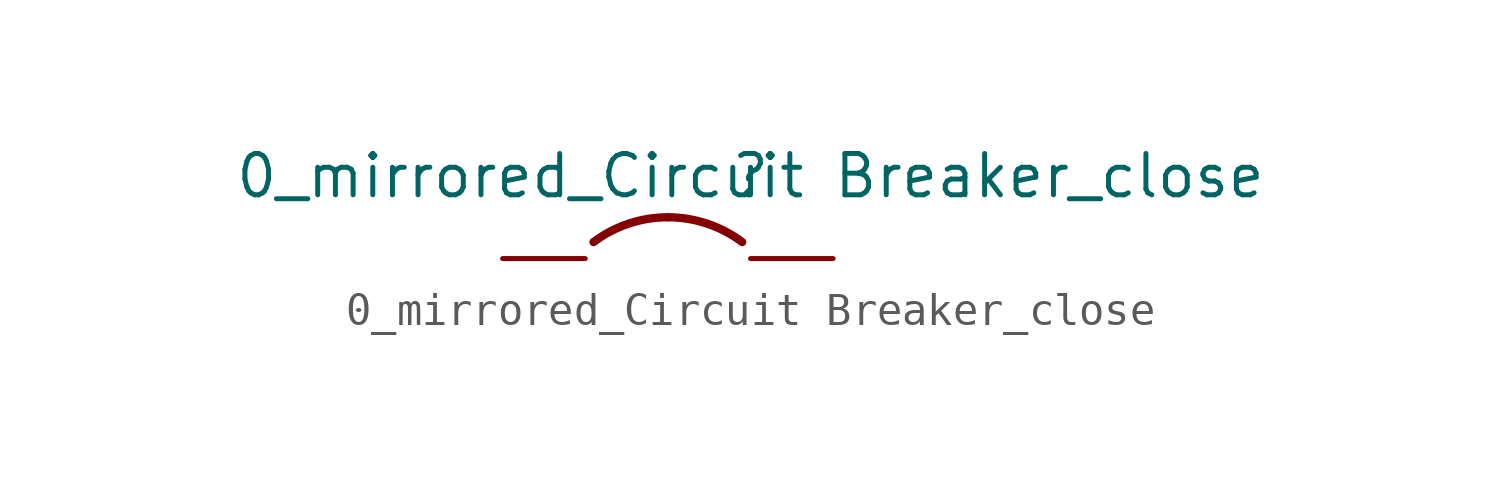
<source format=kicad_sym>
(kicad_symbol_lib
  (version 20211014)
  (generator kicad_symbol_editor)
  (symbol "0_mirrored_Circuit Breaker_close"
    (property "Reference" ""
      (at 0 0 0)
      (effects (font (size 1.27 1.27))))
    (property "Value" "0_mirrored_Circuit Breaker_close"
      (at 0 0 0)
      (effects (font (size 1.27 1.27))))
    (symbol "0_mirrored_Circuit Breaker_close_1_0"
      (arc (start -2.54 -1.27) (mid -3.7448 -1.4655) (end -4.826 -2.032) (stroke (width 0.254) (type default) (color 0 0 0 0)) (fill (type none)))
      (arc (start -0.254 -2.032) (mid -1.3352 -1.4655) (end -2.54 -1.27) (stroke (width 0.254) (type default) (color 0 0 0 0)) (fill (type none)))
      (pin passive line (at 2.54 -2.54 180) (length 2.54) (name "1" (effects (font (size 0 0)))) (number "1" (effects (font (size 0 0)))))
      (pin passive line (at -7.62 -2.54 0) (length 2.54) (name "2" (effects (font (size 0 0)))) (number "2" (effects (font (size 0 0))))))))
</source>
